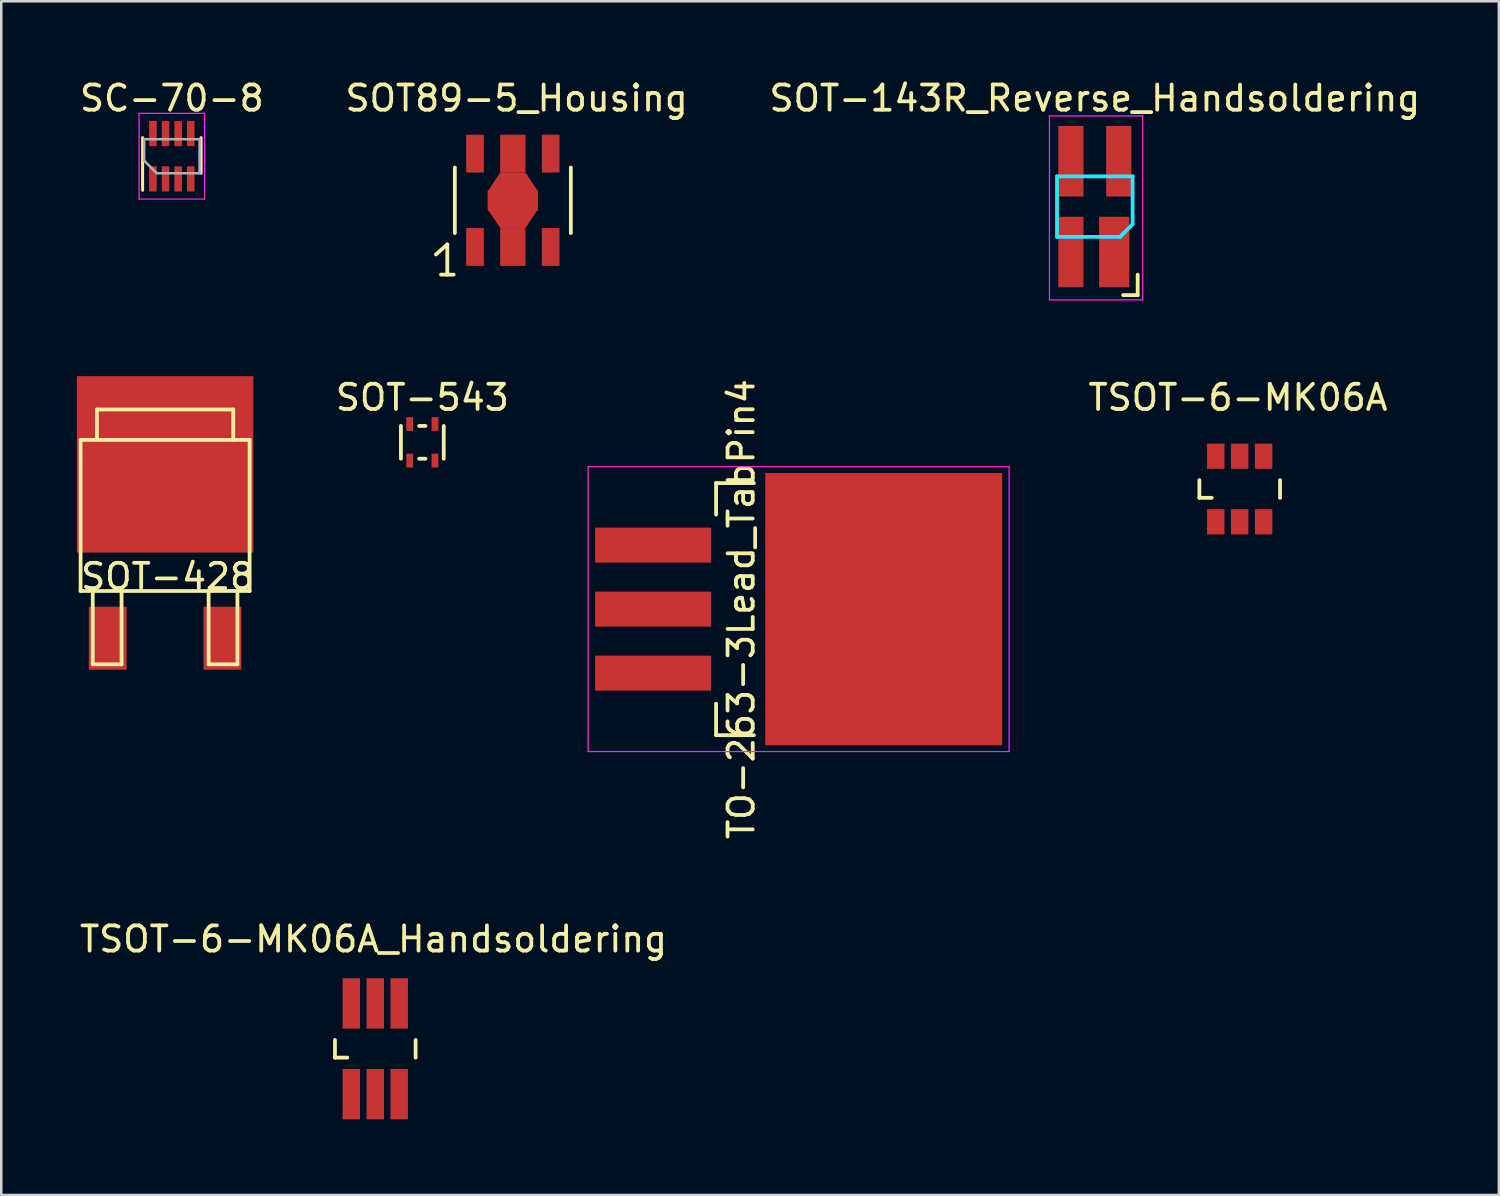
<source format=kicad_pcb>
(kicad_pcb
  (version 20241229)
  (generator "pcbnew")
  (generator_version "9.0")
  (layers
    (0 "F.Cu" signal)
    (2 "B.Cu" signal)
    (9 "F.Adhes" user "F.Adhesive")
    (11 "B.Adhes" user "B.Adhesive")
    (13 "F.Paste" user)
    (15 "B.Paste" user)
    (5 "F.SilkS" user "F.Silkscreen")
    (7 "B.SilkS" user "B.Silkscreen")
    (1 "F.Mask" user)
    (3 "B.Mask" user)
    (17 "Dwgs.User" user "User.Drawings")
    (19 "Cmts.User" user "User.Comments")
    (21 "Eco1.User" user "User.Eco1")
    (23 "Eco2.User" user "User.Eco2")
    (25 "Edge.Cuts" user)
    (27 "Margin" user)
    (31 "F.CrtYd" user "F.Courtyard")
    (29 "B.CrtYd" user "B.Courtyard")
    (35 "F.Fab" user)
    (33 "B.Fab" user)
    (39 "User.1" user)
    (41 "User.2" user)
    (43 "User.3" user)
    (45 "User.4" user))
  (footprint "SC-70-8"
    (layer "F.Cu")
    (at 3.768 3.148)
    (property "Reference" "SC-70-8" (at 0 -2.3 0) (layer "F.SilkS") (effects (font (size 1 1) (thickness 0.15))))
    (attr smd)
    (fp_line (start -1.16 -0.735) (end -1.16 1.35) (stroke (width 0.12) (type solid)) (layer "F.SilkS"))
    (fp_line (start 1.16 0.675) (end 1.16 -0.735) (stroke (width 0.12) (type solid)) (layer "F.SilkS"))
    (fp_line (start -1.3 -1.7) (end 1.3 -1.7) (stroke (width 0.05) (type solid)) (layer "F.CrtYd"))
    (fp_line (start -1.3 1.7) (end -1.3 -1.7) (stroke (width 0.05) (type solid)) (layer "F.CrtYd"))
    (fp_line (start 1.3 -1.7) (end 1.3 1.7) (stroke (width 0.05) (type solid)) (layer "F.CrtYd"))
    (fp_line (start 1.3 1.7) (end -1.3 1.7) (stroke (width 0.05) (type solid)) (layer "F.CrtYd"))
    (fp_line (start -1.1 -0.675) (end -1.1 0.175) (stroke (width 0.1) (type solid)) (layer "F.Fab"))
    (fp_line (start -1.1 -0.675) (end 1.1 -0.675) (stroke (width 0.1) (type solid)) (layer "F.Fab"))
    (fp_line (start -1.1 0.175) (end -0.6 0.675) (stroke (width 0.1) (type solid)) (layer "F.Fab"))
    (fp_line (start -0.6 0.675) (end 1.1 0.675) (stroke (width 0.1) (type solid)) (layer "F.Fab"))
    (fp_line (start 1.1 -0.675) (end 1.1 0.675) (stroke (width 0.1) (type solid)) (layer "F.Fab"))
    (pad "1" smd rect (at -0.75 0.9) (size 0.3 1) (layers "F.Cu" "F.Mask" "F.Paste"))
    (pad "2" smd rect (at -0.25 0.9) (size 0.3 1) (layers "F.Cu" "F.Mask" "F.Paste"))
    (pad "3" smd rect (at 0.25 0.9) (size 0.3 1) (layers "F.Cu" "F.Mask" "F.Paste"))
    (pad "4" smd rect (at 0.75 0.9) (size 0.3 1) (layers "F.Cu" "F.Mask" "F.Paste"))
    (pad "5" smd rect (at 0.75 -0.9) (size 0.3 1) (layers "F.Cu" "F.Mask" "F.Paste"))
    (pad "6" smd rect (at 0.25 -0.9) (size 0.3 1) (layers "F.Cu" "F.Mask" "F.Paste"))
    (pad "7" smd rect (at -0.25 -0.9) (size 0.3 1) (layers "F.Cu" "F.Mask" "F.Paste"))
    (pad "8" smd rect (at -0.75 -0.9) (size 0.3 1) (layers "F.Cu" "F.Mask" "F.Paste")))
  (footprint "TSOT-6-MK06A_Handsoldering"
    (layer "F.Cu")
    (at 11.839 38.561)
    (property "Reference" "TSOT-6-MK06A_Handsoldering" (at -0.071 -4.351 0) (layer "F.SilkS") (effects (font (size 1 1) (thickness 0.15))))
    (attr smd)
    (fp_line (start -1.6 -0.351) (end -1.6 0.351) (stroke (width 0.15) (type solid)) (layer "F.SilkS"))
    (fp_line (start -1.6 0.351) (end -1.11 0.351) (stroke (width 0.15) (type solid)) (layer "F.SilkS"))
    (fp_line (start 1.6 -0.351) (end 1.6 0.351) (stroke (width 0.15) (type solid)) (layer "F.SilkS"))
    (pad "1" smd rect (at -0.95 1.801) (size 0.691 1.999) (layers "F.Cu" "F.Mask" "F.Paste"))
    (pad "2" smd rect (at 0 1.801) (size 0.691 1.999) (layers "F.Cu" "F.Mask" "F.Paste"))
    (pad "3" smd rect (at 0.95 1.801) (size 0.691 1.999) (layers "F.Cu" "F.Mask" "F.Paste"))
    (pad "4" smd rect (at 0.95 -1.801) (size 0.691 1.999) (layers "F.Cu" "F.Mask" "F.Paste"))
    (pad "5" smd rect (at 0 -1.801) (size 0.691 1.999) (layers "F.Cu" "F.Mask" "F.Paste"))
    (pad "6" smd rect (at -0.95 -1.801) (size 0.691 1.999) (layers "F.Cu" "F.Mask" "F.Paste")))
  (footprint "TSOT-6-MK06A"
    (layer "F.Cu")
    (at 46.135 16.351)
    (property "Reference" "TSOT-6-MK06A" (at -0.071 -3.63 0) (layer "F.SilkS") (effects (font (size 1 1) (thickness 0.15))))
    (attr smd)
    (fp_line (start -1.6 -0.351) (end -1.6 0.351) (stroke (width 0.15) (type solid)) (layer "F.SilkS"))
    (fp_line (start -1.6 0.351) (end -1.11 0.351) (stroke (width 0.15) (type solid)) (layer "F.SilkS"))
    (fp_line (start 1.6 -0.351) (end 1.6 0.351) (stroke (width 0.15) (type solid)) (layer "F.SilkS"))
    (pad "1" smd rect (at -0.95 1.3) (size 0.691 1.001) (layers "F.Cu" "F.Mask" "F.Paste"))
    (pad "2" smd rect (at 0 1.3) (size 0.691 1.001) (layers "F.Cu" "F.Mask" "F.Paste"))
    (pad "3" smd rect (at 0.95 1.3) (size 0.691 1.001) (layers "F.Cu" "F.Mask" "F.Paste"))
    (pad "4" smd rect (at 0.95 -1.3) (size 0.691 1.001) (layers "F.Cu" "F.Mask" "F.Paste"))
    (pad "5" smd rect (at 0 -1.3) (size 0.691 1.001) (layers "F.Cu" "F.Mask" "F.Paste"))
    (pad "6" smd rect (at -0.95 -1.3) (size 0.691 1.001) (layers "F.Cu" "F.Mask" "F.Paste")))
  (footprint "SOT-428"
    (layer "F.Cu")
    (at 3.5 18.823)
    (property "Reference" "SOT-428" (at 0.099 1.001 0) (layer "F.SilkS") (effects (font (size 1 1) (thickness 0.15))))
    (attr smd)
    (fp_line (start -3.353 -4.42) (end -3.353 1.575) (stroke (width 0.15) (type solid)) (layer "F.SilkS"))
    (fp_line (start -2.87 1.575) (end -2.87 4.483) (stroke (width 0.15) (type solid)) (layer "F.SilkS"))
    (fp_line (start -2.87 4.483) (end -1.727 4.483) (stroke (width 0.15) (type solid)) (layer "F.SilkS"))
    (fp_line (start -2.705 -5.626) (end 2.705 -5.626) (stroke (width 0.15) (type solid)) (layer "F.SilkS"))
    (fp_line (start -2.705 -4.432) (end -2.705 -5.626) (stroke (width 0.15) (type solid)) (layer "F.SilkS"))
    (fp_line (start -1.727 4.483) (end -1.727 1.575) (stroke (width 0.15) (type solid)) (layer "F.SilkS"))
    (fp_line (start 1.727 1.575) (end 1.727 4.483) (stroke (width 0.15) (type solid)) (layer "F.SilkS"))
    (fp_line (start 1.727 4.483) (end 2.87 4.483) (stroke (width 0.15) (type solid)) (layer "F.SilkS"))
    (fp_line (start 2.705 -5.626) (end 2.705 -4.42) (stroke (width 0.15) (type solid)) (layer "F.SilkS"))
    (fp_line (start 2.87 4.483) (end 2.87 1.575) (stroke (width 0.15) (type solid)) (layer "F.SilkS"))
    (fp_line (start 3.353 -4.42) (end -3.353 -4.42) (stroke (width 0.15) (type solid)) (layer "F.SilkS"))
    (fp_line (start 3.353 1.575) (end -3.353 1.575) (stroke (width 0.15) (type solid)) (layer "F.SilkS"))
    (fp_line (start 3.353 1.575) (end 3.353 -4.42) (stroke (width 0.15) (type solid)) (layer "F.SilkS"))
    (pad "1" smd rect (at -2.276 3.449) (size 1.501 2.499) (layers "F.Cu" "F.Mask" "F.Paste"))
    (pad "2" smd rect (at 0 -3.449) (size 7 7) (layers "F.Cu" "F.Mask" "F.Paste"))
    (pad "3" smd rect (at 2.276 3.449) (size 1.501 2.499) (layers "F.Cu" "F.Mask" "F.Paste")))
  (footprint "TO-263-3Lead_TabPin4"
    (layer "F.Cu")
    (at 27.435 21.117)
    (property "Reference" "TO-263-3Lead_TabPin4" (at -1.075 0 90) (layer "F.SilkS") (effects (font (size 1 1) (thickness 0.15))))
    (attr smd)
    (fp_line (start -2.075 -5) (end -2.075 -3.75) (stroke (width 0.15) (type solid)) (layer "F.SilkS"))
    (fp_line (start -2.075 -5) (end -0.575 -5) (stroke (width 0.15) (type solid)) (layer "F.SilkS"))
    (fp_line (start -2.075 5) (end -2.075 3.75) (stroke (width 0.15) (type solid)) (layer "F.SilkS"))
    (fp_line (start -2.075 5) (end -0.575 5) (stroke (width 0.15) (type solid)) (layer "F.SilkS"))
    (fp_line (start -7.15 -5.65) (end -7.15 5.65) (stroke (width 0.05) (type solid)) (layer "F.CrtYd"))
    (fp_line (start 9.55 -5.65) (end -7.15 -5.65) (stroke (width 0.05) (type solid)) (layer "F.CrtYd"))
    (fp_line (start 9.55 -5.65) (end 9.55 5.65) (stroke (width 0.05) (type solid)) (layer "F.CrtYd"))
    (fp_line (start 9.55 5.65) (end -7.15 5.65) (stroke (width 0.05) (type solid)) (layer "F.CrtYd"))
    (pad "1" smd rect (at -4.575 -2.54) (size 4.6 1.39) (layers "F.Cu" "F.Mask" "F.Paste"))
    (pad "2" smd rect (at -4.575 0) (size 4.6 1.39) (layers "F.Cu" "F.Mask" "F.Paste"))
    (pad "3" smd rect (at -4.575 2.54) (size 4.6 1.39) (layers "F.Cu" "F.Mask" "F.Paste"))
    (pad "4" smd rect (at 4.575 0) (size 9.4 10.8) (layers "F.Cu" "F.Mask" "F.Paste")))
  (footprint "SOT-543"
    (layer "F.Cu")
    (at 13.706 14.499)
    (property "Reference" "SOT-543" (at 0 -1.778 0) (layer "F.SilkS") (effects (font (size 1 1) (thickness 0.15))))
    (attr through_hole)
    (fp_line (start -0.85 -0.65) (end -0.85 0.65) (stroke (width 0.15) (type solid)) (layer "F.SilkS"))
    (fp_line (start -0.125 -0.65) (end 0.125 -0.65) (stroke (width 0.15) (type solid)) (layer "F.SilkS"))
    (fp_line (start -0.125 0.65) (end 0.125 0.65) (stroke (width 0.15) (type solid)) (layer "F.SilkS"))
    (fp_line (start 0.85 -0.65) (end 0.85 0.65) (stroke (width 0.15) (type solid)) (layer "F.SilkS"))
    (pad "1" smd rect (at -0.5 0.725) (size 0.27 0.55) (layers "F.Cu" "F.Mask" "F.Paste"))
    (pad "2" smd rect (at 0.5 0.725) (size 0.27 0.55) (layers "F.Cu" "F.Mask" "F.Paste"))
    (pad "3" smd rect (at 0.5 -0.725) (size 0.27 0.55) (layers "F.Cu" "F.Mask" "F.Paste"))
    (pad "4" smd rect (at -0.5 -0.725) (size 0.27 0.55) (layers "F.Cu" "F.Mask" "F.Paste")))
  (footprint "SOT89-5_Housing"
    (layer "F.Cu")
    (at 17.297 4.897)
    (property "Reference" "SOT89-5_Housing" (at 0.15 -4.049 0) (layer "F.SilkS") (effects (font (size 1 1) (thickness 0.15))))
    (attr smd)
    (fp_line (start -3.051 2.149) (end -2.601 1.75) (stroke (width 0.15) (type solid)) (layer "F.SilkS"))
    (fp_line (start -2.85 2.949) (end -2.349 2.949) (stroke (width 0.15) (type solid)) (layer "F.SilkS"))
    (fp_line (start -2.601 1.75) (end -2.601 2.949) (stroke (width 0.15) (type solid)) (layer "F.SilkS"))
    (fp_line (start -2.301 1.3) (end -2.301 -1.3) (stroke (width 0.15) (type solid)) (layer "F.SilkS"))
    (fp_line (start 2.301 -1.3) (end 2.301 1.3) (stroke (width 0.15) (type solid)) (layer "F.SilkS"))
    (pad "1" smd rect (at -1.501 1.852) (size 0.701 1.501) (layers "F.Cu" "F.Mask" "F.Paste"))
    (pad "2" smd rect (at 0 -1.852) (size 1.001 1.501) (layers "F.Cu" "F.Mask" "F.Paste"))
    (pad "2" smd trapezoid (at 0 -0.726) (size 1.501 0.749) (rect_delta 0 0.5) (layers "F.Cu" "F.Mask" "F.Paste"))
    (pad "2" smd rect (at 0 0) (size 1.999 0.8) (layers "F.Cu" "F.Mask" "F.Paste"))
    (pad "2" smd trapezoid (at 0 0.726 180) (size 1.501 0.749) (rect_delta 0 0.5) (layers "F.Cu" "F.Mask" "F.Paste"))
    (pad "2" smd rect (at 0 1.852) (size 1.001 1.501) (layers "F.Cu" "F.Mask" "F.Paste"))
    (pad "3" smd rect (at 1.501 1.852) (size 0.701 1.501) (layers "F.Cu" "F.Mask" "F.Paste"))
    (pad "4" smd rect (at 1.501 -1.852) (size 0.701 1.501) (layers "F.Cu" "F.Mask" "F.Paste"))
    (pad "5" smd rect (at -1.501 -1.852) (size 0.701 1.501) (layers "F.Cu" "F.Mask" "F.Paste")))
  (footprint "SOT-143R_Reverse_Handsoldering"
    (layer "F.Cu")
    (at 40.387 5.148)
    (property "Reference" "SOT-143R_Reverse_Handsoldering" (at 0 -4.3 0) (layer "F.SilkS") (effects (font (size 1 1) (thickness 0.15))))
    (attr smd)
    (fp_line (start 1.7 2.7) (end 1.7 3.51) (stroke (width 0.15) (type solid)) (layer "F.SilkS"))
    (fp_line (start 1.7 3.51) (end 1.121 3.51) (stroke (width 0.15) (type solid)) (layer "F.SilkS"))
    (fp_line (start -1.5 -1.2) (end 1.5 -1.2) (stroke (width 0.15) (type solid)) (layer "B.CrtYd"))
    (fp_line (start -1.5 1.2) (end -1.5 -1.2) (stroke (width 0.15) (type solid)) (layer "B.CrtYd"))
    (fp_line (start 1 1.2) (end -1.5 1.2) (stroke (width 0.15) (type solid)) (layer "B.CrtYd"))
    (fp_line (start 1.5 -1.2) (end 1.5 0.7) (stroke (width 0.15) (type solid)) (layer "B.CrtYd"))
    (fp_line (start 1.5 0.7) (end 1 1.2) (stroke (width 0.15) (type solid)) (layer "B.CrtYd"))
    (fp_line (start -1.8 -3.6) (end -1.8 3.7) (stroke (width 0.05) (type solid)) (layer "F.CrtYd"))
    (fp_line (start -1.8 -3.6) (end 1.9 -3.6) (stroke (width 0.05) (type solid)) (layer "F.CrtYd"))
    (fp_line (start -1.8 3.7) (end 1.9 3.7) (stroke (width 0.05) (type solid)) (layer "F.CrtYd"))
    (fp_line (start 1.9 3.7) (end 1.9 -3.6) (stroke (width 0.05) (type solid)) (layer "F.CrtYd"))
    (pad "1" smd rect (at 0.77 1.801) (size 1.199 2.799) (layers "F.Cu" "F.Mask" "F.Paste"))
    (pad "2" smd rect (at -0.95 1.801) (size 1.001 2.799) (layers "F.Cu" "F.Mask" "F.Paste"))
    (pad "3" smd trapezoid (at -0.95 -1.801) (size 1.001 2.799) (layers "F.Cu" "F.Mask" "F.Paste"))
    (pad "4" smd rect (at 0.95 -1.801) (size 1.001 2.799) (layers "F.Cu" "F.Mask" "F.Paste")))
  (gr_rect
    (start -3 -3)
    (end 56.417 44.361)
    (stroke (width 0.1) (type default))
    (fill no)
    (layer "Edge.Cuts")))
</source>
